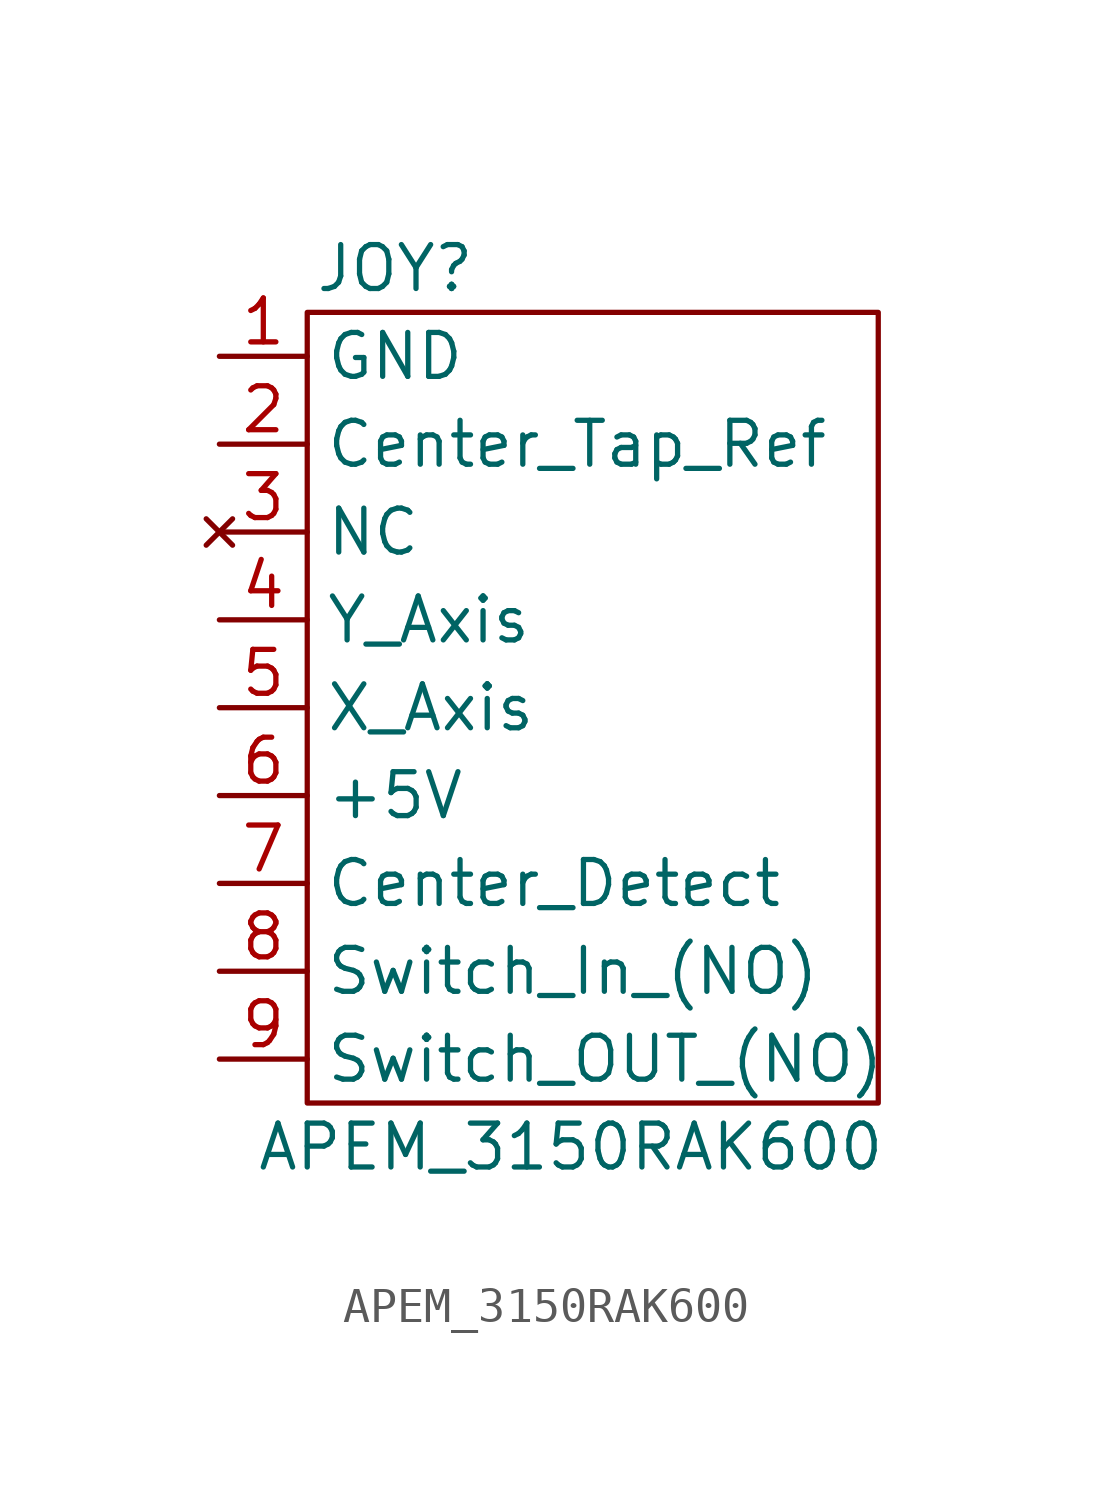
<source format=kicad_sym>
(kicad_symbol_lib
  (version 20211014)
  (generator kicad_symbol_editor)
  (symbol "APEM_3150RAK600"
    (property "Reference" "JOY"
      (at 0 12.7 0)
      (effects (font (size 1.27 1.27))))
    (property "Value" "APEM_3150RAK600"
      (at 5.08 -12.7 0)
      (effects (font (size 1.27 1.27))))
    (symbol "APEM_3150RAK600_0_1"
      (rectangle (start -2.54 11.43) (end 13.97 -11.43) (stroke (width 0.152) (type default) (color 0 0 0 0)) (fill (type none))))
    (symbol "APEM_3150RAK600_1_1"
      (pin power_in line (at -5.08 10.16 0) (length 2.54) (name "GND" (effects (font (size 1.27 1.27)))) (number "1" (effects (font (size 1.27 1.27)))))
      (pin output line (at -5.08 7.62 0) (length 2.54) (name "Center_Tap_Ref" (effects (font (size 1.27 1.27)))) (number "2" (effects (font (size 1.27 1.27)))))
      (pin no_connect line (at -5.08 5.08 0) (length 2.54) (name "NC" (effects (font (size 1.27 1.27)))) (number "3" (effects (font (size 1.27 1.27)))))
      (pin output line (at -5.08 2.54 0) (length 2.54) (name "Y_Axis" (effects (font (size 1.27 1.27)))) (number "4" (effects (font (size 1.27 1.27)))))
      (pin output line (at -5.08 0 0) (length 2.54) (name "X_Axis" (effects (font (size 1.27 1.27)))) (number "5" (effects (font (size 1.27 1.27)))))
      (pin power_in line (at -5.08 -2.54 0) (length 2.54) (name "+5V" (effects (font (size 1.27 1.27)))) (number "6" (effects (font (size 1.27 1.27)))))
      (pin output line (at -5.08 -5.08 0) (length 2.54) (name "Center_Detect" (effects (font (size 1.27 1.27)))) (number "7" (effects (font (size 1.27 1.27)))))
      (pin bidirectional line (at -5.08 -7.62 0) (length 2.54) (name "Switch_In_(NO)" (effects (font (size 1.27 1.27)))) (number "8" (effects (font (size 1.27 1.27)))))
      (pin bidirectional line (at -5.08 -10.16 0) (length 2.54) (name "Switch_OUT_(NO)" (effects (font (size 1.27 1.27)))) (number "9" (effects (font (size 1.27 1.27))))))))
</source>
